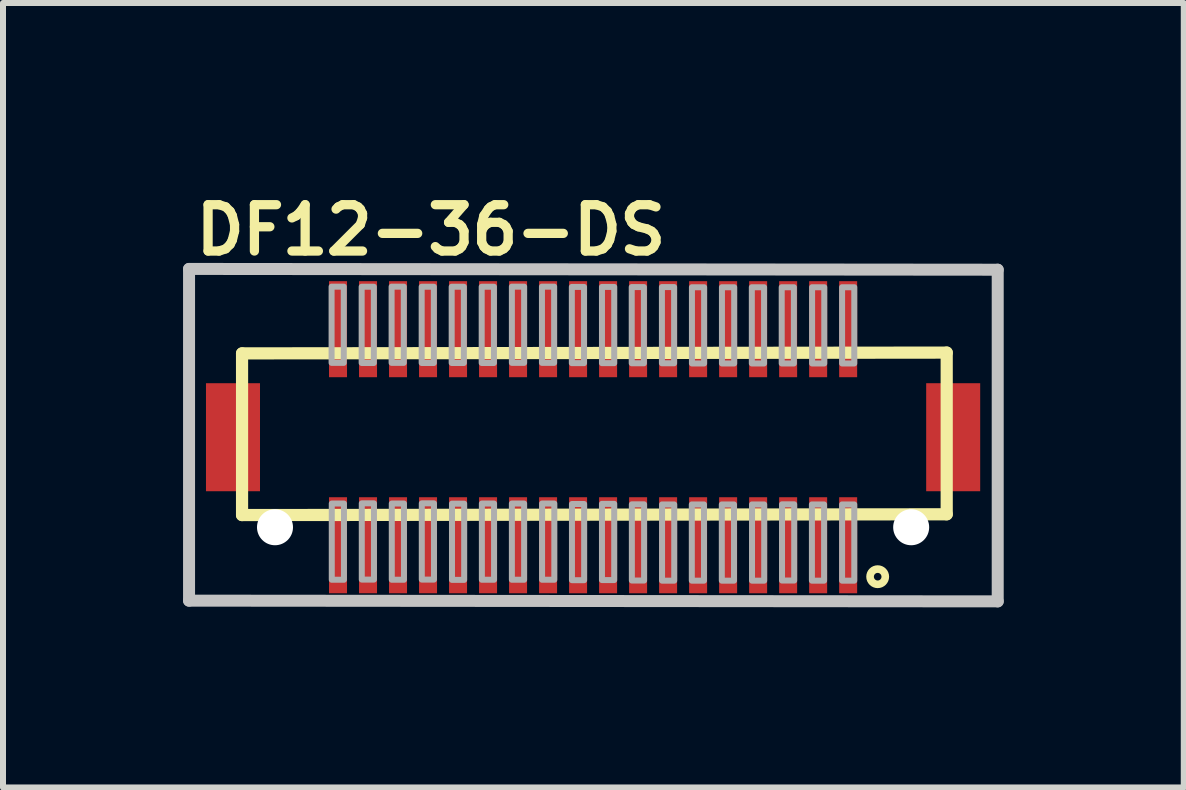
<source format=kicad_pcb>
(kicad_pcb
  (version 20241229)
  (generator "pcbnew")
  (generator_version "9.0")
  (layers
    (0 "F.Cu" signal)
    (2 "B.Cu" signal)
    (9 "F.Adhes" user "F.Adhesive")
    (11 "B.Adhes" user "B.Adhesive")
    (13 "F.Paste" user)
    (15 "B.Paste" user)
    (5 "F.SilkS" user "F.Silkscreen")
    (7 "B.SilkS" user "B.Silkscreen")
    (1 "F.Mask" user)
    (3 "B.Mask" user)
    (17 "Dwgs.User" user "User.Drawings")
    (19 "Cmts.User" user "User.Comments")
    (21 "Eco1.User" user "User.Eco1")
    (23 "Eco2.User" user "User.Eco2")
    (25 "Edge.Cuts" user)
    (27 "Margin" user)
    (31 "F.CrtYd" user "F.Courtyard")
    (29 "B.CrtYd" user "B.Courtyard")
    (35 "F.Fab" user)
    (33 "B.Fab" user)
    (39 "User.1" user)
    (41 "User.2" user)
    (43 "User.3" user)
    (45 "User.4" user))
  (footprint "DF12-36-DS"
    (layer "F.Cu")
    (at 6.832 4.235)
    (property "Reference" "DF12-36-DS" (at -6.7 -3 0) (layer "F.SilkS") (effects (font (size 0.772 0.772) (thickness 0.154)) (justify left bottom)))
    (attr through_hole)
    (fp_poly (pts (xy -4.539 1.499) (xy -4.565 1.301) (xy -4.641 1.118) (xy -4.762 0.96) (xy -4.92 0.839) (xy -5.103 0.763) (xy -5.301 0.737) (xy -5.498 0.763) (xy -5.682 0.839) (xy -5.839 0.96) (xy -5.961 1.118) (xy -6.037 1.301) (xy -6.063 1.499) (xy -6.037 1.696) (xy -5.961 1.88) (xy -5.839 2.037) (xy -5.682 2.159) (xy -5.301 2.261) (xy -5.103 2.235) (xy -4.92 2.159) (xy -4.762 2.037) (xy -4.641 1.88) (xy -4.565 1.696)) (stroke (width 0) (type solid)) (fill yes) (layer "F.Mask"))
    (fp_poly (pts (xy 6.063 1.499) (xy 6.037 1.301) (xy 5.961 1.118) (xy 5.839 0.96) (xy 5.682 0.839) (xy 5.498 0.763) (xy 5.301 0.737) (xy 5.103 0.763) (xy 4.92 0.839) (xy 4.762 0.96) (xy 4.641 1.118) (xy 4.565 1.301) (xy 4.539 1.499) (xy 4.565 1.696) (xy 4.641 1.88) (xy 4.762 2.037) (xy 4.92 2.159) (xy 5.301 2.261) (xy 5.498 2.235) (xy 5.682 2.159) (xy 5.839 2.037) (xy 5.961 1.88) (xy 6.037 1.696)) (stroke (width 0) (type solid)) (fill yes) (layer "F.Mask"))
    (fp_line (start -5.849 -1.397) (end 5.892 -1.41) (stroke (width 0.203) (type solid)) (layer "F.SilkS"))
    (fp_line (start -5.849 1.297) (end -5.849 -1.397) (stroke (width 0.203) (type solid)) (layer "F.SilkS"))
    (fp_line (start 5.892 -1.41) (end 5.892 1.284) (stroke (width 0.203) (type solid)) (layer "F.SilkS"))
    (fp_line (start 5.892 1.284) (end -5.849 1.297) (stroke (width 0.203) (type solid)) (layer "F.SilkS"))
    (fp_circle (center 4.742 2.324) (end 4.869 2.324) (stroke (width 0.127) (type solid)) (fill no) (layer "F.SilkS"))
    (fp_poly (pts (xy -4.138 -2.513) (xy -4.358 -2.513) (xy -4.358 -1.213) (xy -4.138 -1.213)) (stroke (width 0) (type solid)) (fill yes) (layer "F.Paste"))
    (fp_poly (pts (xy -4.138 1.207) (xy -4.358 1.207) (xy -4.358 2.507) (xy -4.138 2.507)) (stroke (width 0) (type solid)) (fill yes) (layer "F.Paste"))
    (fp_poly (pts (xy -3.638 -2.513) (xy -3.858 -2.513) (xy -3.858 -1.213) (xy -3.638 -1.213)) (stroke (width 0) (type solid)) (fill yes) (layer "F.Paste"))
    (fp_poly (pts (xy -3.638 1.207) (xy -3.858 1.207) (xy -3.858 2.507) (xy -3.638 2.507)) (stroke (width 0) (type solid)) (fill yes) (layer "F.Paste"))
    (fp_poly (pts (xy -3.138 -2.513) (xy -3.358 -2.513) (xy -3.358 -1.213) (xy -3.138 -1.213)) (stroke (width 0) (type solid)) (fill yes) (layer "F.Paste"))
    (fp_poly (pts (xy -3.138 1.207) (xy -3.358 1.207) (xy -3.358 2.507) (xy -3.138 2.507)) (stroke (width 0) (type solid)) (fill yes) (layer "F.Paste"))
    (fp_poly (pts (xy -2.638 -2.513) (xy -2.858 -2.513) (xy -2.858 -1.213) (xy -2.638 -1.213)) (stroke (width 0) (type solid)) (fill yes) (layer "F.Paste"))
    (fp_poly (pts (xy -2.638 1.207) (xy -2.858 1.207) (xy -2.858 2.507) (xy -2.638 2.507)) (stroke (width 0) (type solid)) (fill yes) (layer "F.Paste"))
    (fp_poly (pts (xy -2.138 -2.513) (xy -2.358 -2.513) (xy -2.358 -1.213) (xy -2.138 -1.213)) (stroke (width 0) (type solid)) (fill yes) (layer "F.Paste"))
    (fp_poly (pts (xy -2.138 1.207) (xy -2.358 1.207) (xy -2.358 2.507) (xy -2.138 2.507)) (stroke (width 0) (type solid)) (fill yes) (layer "F.Paste"))
    (fp_poly (pts (xy -1.638 -2.513) (xy -1.858 -2.513) (xy -1.858 -1.213) (xy -1.638 -1.213)) (stroke (width 0) (type solid)) (fill yes) (layer "F.Paste"))
    (fp_poly (pts (xy -1.638 1.207) (xy -1.858 1.207) (xy -1.858 2.507) (xy -1.638 2.507)) (stroke (width 0) (type solid)) (fill yes) (layer "F.Paste"))
    (fp_poly (pts (xy -1.138 -2.513) (xy -1.358 -2.513) (xy -1.358 -1.213) (xy -1.138 -1.213)) (stroke (width 0) (type solid)) (fill yes) (layer "F.Paste"))
    (fp_poly (pts (xy -1.138 1.207) (xy -1.358 1.207) (xy -1.358 2.507) (xy -1.138 2.507)) (stroke (width 0) (type solid)) (fill yes) (layer "F.Paste"))
    (fp_poly (pts (xy -0.638 -2.513) (xy -0.858 -2.513) (xy -0.858 -1.213) (xy -0.638 -1.213)) (stroke (width 0) (type solid)) (fill yes) (layer "F.Paste"))
    (fp_poly (pts (xy -0.638 1.207) (xy -0.858 1.207) (xy -0.858 2.507) (xy -0.638 2.507)) (stroke (width 0) (type solid)) (fill yes) (layer "F.Paste"))
    (fp_poly (pts (xy -0.148 -2.513) (xy -0.368 -2.513) (xy -0.368 -1.213) (xy -0.148 -1.213)) (stroke (width 0) (type solid)) (fill yes) (layer "F.Paste"))
    (fp_poly (pts (xy -0.138 1.207) (xy -0.358 1.207) (xy -0.358 2.507) (xy -0.138 2.507)) (stroke (width 0) (type solid)) (fill yes) (layer "F.Paste"))
    (fp_poly (pts (xy 0.362 -2.513) (xy 0.142 -2.513) (xy 0.142 -1.213) (xy 0.362 -1.213)) (stroke (width 0) (type solid)) (fill yes) (layer "F.Paste"))
    (fp_poly (pts (xy 0.362 1.207) (xy 0.142 1.207) (xy 0.142 2.507) (xy 0.362 2.507)) (stroke (width 0) (type solid)) (fill yes) (layer "F.Paste"))
    (fp_poly (pts (xy 0.862 -2.513) (xy 0.642 -2.513) (xy 0.642 -1.213) (xy 0.862 -1.213)) (stroke (width 0) (type solid)) (fill yes) (layer "F.Paste"))
    (fp_poly (pts (xy 0.862 1.207) (xy 0.642 1.207) (xy 0.642 2.507) (xy 0.862 2.507)) (stroke (width 0) (type solid)) (fill yes) (layer "F.Paste"))
    (fp_poly (pts (xy 1.362 -2.513) (xy 1.142 -2.513) (xy 1.142 -1.213) (xy 1.362 -1.213)) (stroke (width 0) (type solid)) (fill yes) (layer "F.Paste"))
    (fp_poly (pts (xy 1.362 1.207) (xy 1.142 1.207) (xy 1.142 2.507) (xy 1.362 2.507)) (stroke (width 0) (type solid)) (fill yes) (layer "F.Paste"))
    (fp_poly (pts (xy 1.852 -2.513) (xy 1.632 -2.513) (xy 1.632 -1.213) (xy 1.852 -1.213)) (stroke (width 0) (type solid)) (fill yes) (layer "F.Paste"))
    (fp_poly (pts (xy 1.862 1.207) (xy 1.642 1.207) (xy 1.642 2.507) (xy 1.862 2.507)) (stroke (width 0) (type solid)) (fill yes) (layer "F.Paste"))
    (fp_poly (pts (xy 2.362 -2.513) (xy 2.142 -2.513) (xy 2.142 -1.213) (xy 2.362 -1.213)) (stroke (width 0) (type solid)) (fill yes) (layer "F.Paste"))
    (fp_poly (pts (xy 2.362 1.207) (xy 2.142 1.207) (xy 2.142 2.507) (xy 2.362 2.507)) (stroke (width 0) (type solid)) (fill yes) (layer "F.Paste"))
    (fp_poly (pts (xy 2.862 -2.513) (xy 2.642 -2.513) (xy 2.642 -1.213) (xy 2.862 -1.213)) (stroke (width 0) (type solid)) (fill yes) (layer "F.Paste"))
    (fp_poly (pts (xy 2.862 1.207) (xy 2.642 1.207) (xy 2.642 2.507) (xy 2.862 2.507)) (stroke (width 0) (type solid)) (fill yes) (layer "F.Paste"))
    (fp_poly (pts (xy 3.362 -2.513) (xy 3.142 -2.513) (xy 3.142 -1.213) (xy 3.362 -1.213)) (stroke (width 0) (type solid)) (fill yes) (layer "F.Paste"))
    (fp_poly (pts (xy 3.362 1.207) (xy 3.142 1.207) (xy 3.142 2.507) (xy 3.362 2.507)) (stroke (width 0) (type solid)) (fill yes) (layer "F.Paste"))
    (fp_poly (pts (xy 3.862 -2.513) (xy 3.642 -2.513) (xy 3.642 -1.213) (xy 3.862 -1.213)) (stroke (width 0) (type solid)) (fill yes) (layer "F.Paste"))
    (fp_poly (pts (xy 3.862 1.207) (xy 3.642 1.207) (xy 3.642 2.507) (xy 3.862 2.507)) (stroke (width 0) (type solid)) (fill yes) (layer "F.Paste"))
    (fp_poly (pts (xy 4.362 -2.513) (xy 4.142 -2.513) (xy 4.142 -1.213) (xy 4.362 -1.213)) (stroke (width 0) (type solid)) (fill yes) (layer "F.Paste"))
    (fp_poly (pts (xy 4.362 1.207) (xy 4.142 1.207) (xy 4.142 2.507) (xy 4.362 2.507)) (stroke (width 0) (type solid)) (fill yes) (layer "F.Paste"))
    (fp_line (start -6.732 -2.804) (end 6.742 -2.791) (stroke (width 0.2) (type solid)) (layer "Dwgs.User"))
    (fp_line (start -6.732 2.723) (end -6.732 -2.804) (stroke (width 0.2) (type solid)) (layer "Dwgs.User"))
    (fp_line (start 6.742 -2.791) (end 6.742 2.735) (stroke (width 0.2) (type solid)) (layer "Dwgs.User"))
    (fp_line (start 6.742 2.735) (end -6.732 2.723) (stroke (width 0.2) (type solid)) (layer "Dwgs.User"))
    (fp_poly (pts (xy -4.357 -2.509) (xy -4.357 -1.239) (xy -4.154 -1.239) (xy -4.154 -2.509)) (stroke (width 0.1) (type solid)) (fill no) (layer "F.Fab"))
    (fp_poly (pts (xy -4.354 1.105) (xy -4.354 2.375) (xy -4.151 2.375) (xy -4.151 1.105)) (stroke (width 0.1) (type solid)) (fill no) (layer "F.Fab"))
    (fp_poly (pts (xy -3.856 -2.507) (xy -3.856 -1.237) (xy -3.653 -1.237) (xy -3.653 -2.507)) (stroke (width 0.1) (type solid)) (fill no) (layer "F.Fab"))
    (fp_poly (pts (xy -3.854 1.102) (xy -3.854 2.372) (xy -3.651 2.372) (xy -3.651 1.102)) (stroke (width 0.1) (type solid)) (fill no) (layer "F.Fab"))
    (fp_poly (pts (xy -3.357 -2.509) (xy -3.357 -1.239) (xy -3.154 -1.239) (xy -3.154 -2.509)) (stroke (width 0.1) (type solid)) (fill no) (layer "F.Fab"))
    (fp_poly (pts (xy -3.354 1.105) (xy -3.354 2.375) (xy -3.151 2.375) (xy -3.151 1.105)) (stroke (width 0.1) (type solid)) (fill no) (layer "F.Fab"))
    (fp_poly (pts (xy -2.856 -2.507) (xy -2.856 -1.237) (xy -2.653 -1.237) (xy -2.653 -2.507)) (stroke (width 0.1) (type solid)) (fill no) (layer "F.Fab"))
    (fp_poly (pts (xy -2.854 1.102) (xy -2.854 2.372) (xy -2.651 2.372) (xy -2.651 1.102)) (stroke (width 0.1) (type solid)) (fill no) (layer "F.Fab"))
    (fp_poly (pts (xy -2.356 -2.507) (xy -2.356 -1.237) (xy -2.153 -1.237) (xy -2.153 -2.507)) (stroke (width 0.1) (type solid)) (fill no) (layer "F.Fab"))
    (fp_poly (pts (xy -2.351 1.107) (xy -2.351 2.377) (xy -2.148 2.377) (xy -2.148 1.107)) (stroke (width 0.1) (type solid)) (fill no) (layer "F.Fab"))
    (fp_poly (pts (xy -1.856 -2.507) (xy -1.856 -1.237) (xy -1.652 -1.237) (xy -1.652 -2.507)) (stroke (width 0.1) (type solid)) (fill no) (layer "F.Fab"))
    (fp_poly (pts (xy -1.853 1.105) (xy -1.853 2.375) (xy -1.65 2.375) (xy -1.65 1.105)) (stroke (width 0.1) (type solid)) (fill no) (layer "F.Fab"))
    (fp_poly (pts (xy -1.353 -2.509) (xy -1.353 -1.239) (xy -1.149 -1.239) (xy -1.149 -2.509)) (stroke (width 0.1) (type solid)) (fill no) (layer "F.Fab"))
    (fp_poly (pts (xy -1.353 1.105) (xy -1.353 2.375) (xy -1.149 2.375) (xy -1.149 1.105)) (stroke (width 0.1) (type solid)) (fill no) (layer "F.Fab"))
    (fp_poly (pts (xy -0.852 -2.509) (xy -0.852 -1.239) (xy -0.649 -1.239) (xy -0.649 -2.509)) (stroke (width 0.1) (type solid)) (fill no) (layer "F.Fab"))
    (fp_poly (pts (xy -0.85 1.105) (xy -0.85 2.375) (xy -0.646 2.375) (xy -0.646 1.105)) (stroke (width 0.1) (type solid)) (fill no) (layer "F.Fab"))
    (fp_poly (pts (xy -0.354 -2.504) (xy -0.354 -1.234) (xy -0.151 -1.234) (xy -0.151 -2.504)) (stroke (width 0.1) (type solid)) (fill no) (layer "F.Fab"))
    (fp_poly (pts (xy -0.352 1.113) (xy -0.352 2.382) (xy -0.149 2.382) (xy -0.149 1.113)) (stroke (width 0.1) (type solid)) (fill no) (layer "F.Fab"))
    (fp_poly (pts (xy 0.148 -2.504) (xy 0.148 -1.234) (xy 0.352 -1.234) (xy 0.352 -2.504)) (stroke (width 0.1) (type solid)) (fill no) (layer "F.Fab"))
    (fp_poly (pts (xy 0.148 1.11) (xy 0.148 2.38) (xy 0.352 2.38) (xy 0.352 1.11)) (stroke (width 0.1) (type solid)) (fill no) (layer "F.Fab"))
    (fp_poly (pts (xy 0.644 -2.502) (xy 0.644 -1.232) (xy 0.847 -1.232) (xy 0.847 -2.502)) (stroke (width 0.1) (type solid)) (fill no) (layer "F.Fab"))
    (fp_poly (pts (xy 0.646 1.118) (xy 0.646 2.388) (xy 0.85 2.388) (xy 0.85 1.118)) (stroke (width 0.1) (type solid)) (fill no) (layer "F.Fab"))
    (fp_poly (pts (xy 1.147 -2.502) (xy 1.147 -1.232) (xy 1.35 -1.232) (xy 1.35 -2.502)) (stroke (width 0.1) (type solid)) (fill no) (layer "F.Fab"))
    (fp_poly (pts (xy 1.149 1.12) (xy 1.149 2.39) (xy 1.352 2.39) (xy 1.352 1.12)) (stroke (width 0.1) (type solid)) (fill no) (layer "F.Fab"))
    (fp_poly (pts (xy 1.645 1.12) (xy 1.645 2.39) (xy 1.848 2.39) (xy 1.848 1.12)) (stroke (width 0.1) (type solid)) (fill no) (layer "F.Fab"))
    (fp_poly (pts (xy 1.647 -2.499) (xy 1.647 -1.229) (xy 1.85 -1.229) (xy 1.85 -2.499)) (stroke (width 0.1) (type solid)) (fill no) (layer "F.Fab"))
    (fp_poly (pts (xy 2.145 1.12) (xy 2.145 2.39) (xy 2.348 2.39) (xy 2.348 1.12)) (stroke (width 0.1) (type solid)) (fill no) (layer "F.Fab"))
    (fp_poly (pts (xy 2.147 -2.499) (xy 2.147 -1.229) (xy 2.351 -1.229) (xy 2.351 -2.499)) (stroke (width 0.1) (type solid)) (fill no) (layer "F.Fab"))
    (fp_poly (pts (xy 2.645 -2.499) (xy 2.645 -1.229) (xy 2.849 -1.229) (xy 2.849 -2.499)) (stroke (width 0.1) (type solid)) (fill no) (layer "F.Fab"))
    (fp_poly (pts (xy 2.648 1.12) (xy 2.648 2.39) (xy 2.851 2.39) (xy 2.851 1.12)) (stroke (width 0.1) (type solid)) (fill no) (layer "F.Fab"))
    (fp_poly (pts (xy 3.143 -2.499) (xy 3.143 -1.229) (xy 3.346 -1.229) (xy 3.346 -2.499)) (stroke (width 0.1) (type solid)) (fill no) (layer "F.Fab"))
    (fp_poly (pts (xy 3.148 1.118) (xy 3.148 2.388) (xy 3.351 2.388) (xy 3.351 1.118)) (stroke (width 0.1) (type solid)) (fill no) (layer "F.Fab"))
    (fp_poly (pts (xy 3.646 1.12) (xy 3.646 2.39) (xy 3.849 2.39) (xy 3.849 1.12)) (stroke (width 0.1) (type solid)) (fill no) (layer "F.Fab"))
    (fp_poly (pts (xy 3.649 -2.499) (xy 3.649 -1.229) (xy 3.852 -1.229) (xy 3.852 -2.499)) (stroke (width 0.1) (type solid)) (fill no) (layer "F.Fab"))
    (fp_poly (pts (xy 4.149 -2.499) (xy 4.149 -1.229) (xy 4.352 -1.229) (xy 4.352 -2.499)) (stroke (width 0.1) (type solid)) (fill no) (layer "F.Fab"))
    (fp_poly (pts (xy 4.149 1.12) (xy 4.149 2.39) (xy 4.352 2.39) (xy 4.352 1.12)) (stroke (width 0.1) (type solid)) (fill no) (layer "F.Fab"))
    (pad "" np_thru_hole circle (at -5.3 1.5) (size 0.6 0.6) (drill 0.6) (layers "*.Cu" "*.Mask"))
    (pad "" np_thru_hole circle (at 5.3 1.5) (size 0.6 0.6) (drill 0.6) (layers "*.Cu" "*.Mask"))
    (pad "1" smd rect (at 4.25 1.8 180) (size 0.3 1.6) (layers "F.Cu" "F.Mask"))
    (pad "2" smd rect (at 4.25 -1.8 180) (size 0.3 1.6) (layers "F.Cu" "F.Mask"))
    (pad "3" smd rect (at 3.75 1.8 180) (size 0.3 1.6) (layers "F.Cu" "F.Mask"))
    (pad "4" smd rect (at 3.75 -1.8 180) (size 0.3 1.6) (layers "F.Cu" "F.Mask"))
    (pad "5" smd rect (at 3.25 1.8 180) (size 0.3 1.6) (layers "F.Cu" "F.Mask"))
    (pad "6" smd rect (at 3.25 -1.8 180) (size 0.3 1.6) (layers "F.Cu" "F.Mask"))
    (pad "7" smd rect (at 2.75 1.8 180) (size 0.3 1.6) (layers "F.Cu" "F.Mask"))
    (pad "8" smd rect (at 2.75 -1.8 180) (size 0.3 1.6) (layers "F.Cu" "F.Mask"))
    (pad "9" smd rect (at 2.25 1.8 180) (size 0.3 1.6) (layers "F.Cu" "F.Mask"))
    (pad "10" smd rect (at 2.25 -1.8 180) (size 0.3 1.6) (layers "F.Cu" "F.Mask"))
    (pad "11" smd rect (at 1.75 1.8 180) (size 0.3 1.6) (layers "F.Cu" "F.Mask"))
    (pad "12" smd rect (at 1.75 -1.8 180) (size 0.3 1.6) (layers "F.Cu" "F.Mask"))
    (pad "13" smd rect (at 1.25 1.8 180) (size 0.3 1.6) (layers "F.Cu" "F.Mask"))
    (pad "14" smd rect (at 1.25 -1.8 180) (size 0.3 1.6) (layers "F.Cu" "F.Mask"))
    (pad "15" smd rect (at 0.75 1.8 180) (size 0.3 1.6) (layers "F.Cu" "F.Mask"))
    (pad "16" smd rect (at 0.75 -1.8 180) (size 0.3 1.6) (layers "F.Cu" "F.Mask"))
    (pad "17" smd rect (at 0.25 1.8 180) (size 0.3 1.6) (layers "F.Cu" "F.Mask"))
    (pad "18" smd rect (at 0.25 -1.8 180) (size 0.3 1.6) (layers "F.Cu" "F.Mask"))
    (pad "19" smd rect (at -0.25 1.8 180) (size 0.3 1.6) (layers "F.Cu" "F.Mask"))
    (pad "20" smd rect (at -0.25 -1.8 180) (size 0.3 1.6) (layers "F.Cu" "F.Mask"))
    (pad "21" smd rect (at -0.75 1.8 180) (size 0.3 1.6) (layers "F.Cu" "F.Mask"))
    (pad "22" smd rect (at -0.75 -1.8 180) (size 0.3 1.6) (layers "F.Cu" "F.Mask"))
    (pad "23" smd rect (at -1.25 1.8 180) (size 0.3 1.6) (layers "F.Cu" "F.Mask"))
    (pad "24" smd rect (at -1.25 -1.8 180) (size 0.3 1.6) (layers "F.Cu" "F.Mask"))
    (pad "25" smd rect (at -1.75 1.8 180) (size 0.3 1.6) (layers "F.Cu" "F.Mask"))
    (pad "26" smd rect (at -1.75 -1.8 180) (size 0.3 1.6) (layers "F.Cu" "F.Mask"))
    (pad "27" smd rect (at -2.25 1.8 180) (size 0.3 1.6) (layers "F.Cu" "F.Mask"))
    (pad "28" smd rect (at -2.25 -1.8 180) (size 0.3 1.6) (layers "F.Cu" "F.Mask"))
    (pad "29" smd rect (at -2.75 1.8 180) (size 0.3 1.6) (layers "F.Cu" "F.Mask"))
    (pad "30" smd rect (at -2.75 -1.8 180) (size 0.3 1.6) (layers "F.Cu" "F.Mask"))
    (pad "31" smd rect (at -3.25 1.8 180) (size 0.3 1.6) (layers "F.Cu" "F.Mask"))
    (pad "32" smd rect (at -3.25 -1.8 180) (size 0.3 1.6) (layers "F.Cu" "F.Mask"))
    (pad "33" smd rect (at -3.75 1.8 180) (size 0.3 1.6) (layers "F.Cu" "F.Mask"))
    (pad "34" smd rect (at -3.75 -1.8 180) (size 0.3 1.6) (layers "F.Cu" "F.Mask"))
    (pad "35" smd rect (at -4.25 1.8 180) (size 0.3 1.6) (layers "F.Cu" "F.Mask"))
    (pad "36" smd rect (at -4.25 -1.8 180) (size 0.3 1.6) (layers "F.Cu" "F.Mask"))
    (pad "F1" smd rect (at 6 0 180) (size 0.9 1.8) (layers "F.Cu" "F.Mask" "F.Paste"))
    (pad "F2" smd rect (at -6 0 180) (size 0.9 1.8) (layers "F.Cu" "F.Mask" "F.Paste")))
  (gr_rect
    (start -3 -3)
    (end 16.674 10.071)
    (stroke (width 0.1) (type default))
    (fill no)
    (layer "Edge.Cuts")))
</source>
